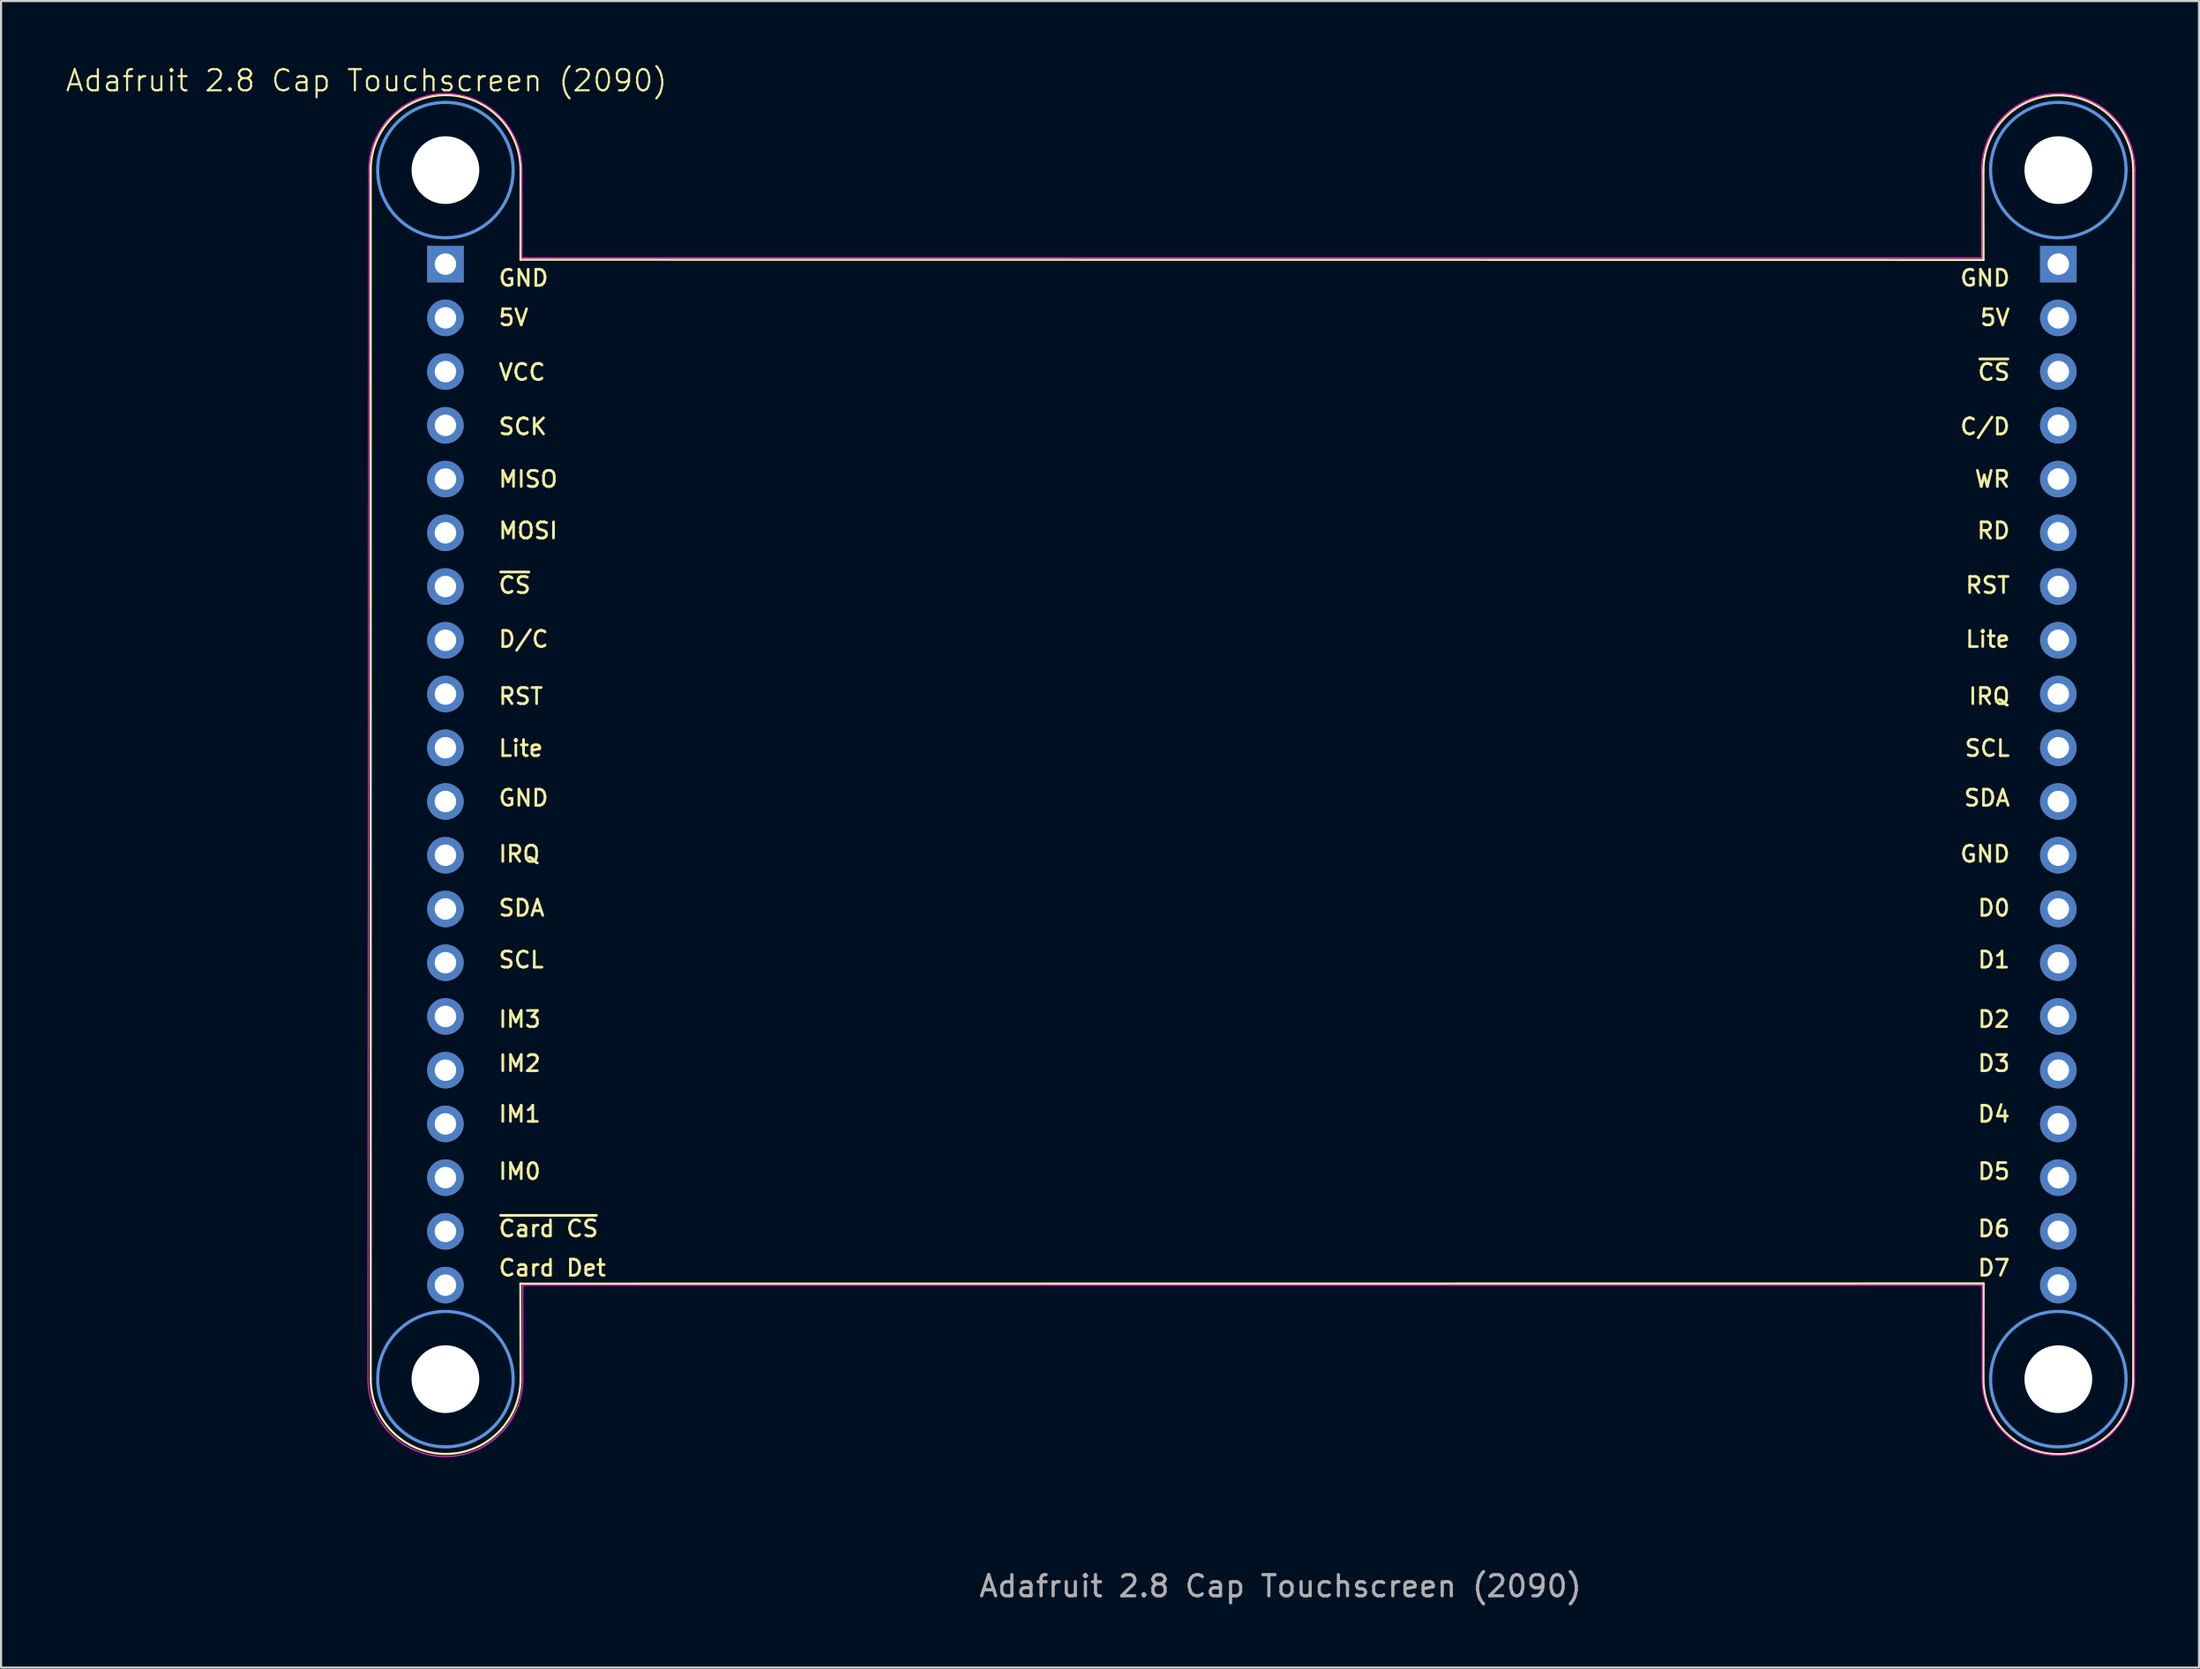
<source format=kicad_pcb>
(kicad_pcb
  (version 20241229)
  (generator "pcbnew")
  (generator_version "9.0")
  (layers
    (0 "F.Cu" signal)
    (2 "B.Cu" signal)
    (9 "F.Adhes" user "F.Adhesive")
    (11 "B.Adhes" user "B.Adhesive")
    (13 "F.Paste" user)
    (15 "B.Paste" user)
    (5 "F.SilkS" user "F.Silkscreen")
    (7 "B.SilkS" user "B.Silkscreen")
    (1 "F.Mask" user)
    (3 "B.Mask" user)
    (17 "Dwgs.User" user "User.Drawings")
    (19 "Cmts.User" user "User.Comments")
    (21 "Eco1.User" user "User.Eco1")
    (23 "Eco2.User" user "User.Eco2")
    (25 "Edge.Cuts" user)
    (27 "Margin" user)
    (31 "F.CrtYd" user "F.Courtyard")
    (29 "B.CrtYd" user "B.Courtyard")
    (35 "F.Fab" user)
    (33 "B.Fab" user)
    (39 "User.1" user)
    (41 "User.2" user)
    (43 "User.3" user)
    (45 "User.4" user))
  (footprint "Adafruit 2.8 Cap Touchscreen (2090)"
    (layer "F.Cu")
    (at 14.264 1.26)
    (property "Reference" "Adafruit 2.8 Cap Touchscreen (2090)" (at 0 -0.5 0) (unlocked yes) (layer "F.SilkS") (effects (font (size 1 1) (thickness 0.1))))
    (attr through_hole)
    (fp_line (start 0.2 3.725) (end 0.2 60.875) (stroke (width 0.1) (type default)) (layer "F.SilkS"))
    (fp_line (start 7.27 56.365) (end 76.4 56.355) (stroke (width 0.1) (type default)) (layer "F.SilkS"))
    (fp_line (start 7.275 7.965) (end 7.28 3.725) (stroke (width 0.1) (type default)) (layer "F.SilkS"))
    (fp_line (start 7.275 7.965) (end 76.395 7.975) (stroke (width 0.1) (type default)) (layer "F.SilkS"))
    (fp_line (start 7.28 60.875) (end 7.27 56.365) (stroke (width 0.1) (type default)) (layer "F.SilkS"))
    (fp_line (start 76.395 7.975) (end 76.39 3.735) (stroke (width 0.1) (type default)) (layer "F.SilkS"))
    (fp_line (start 76.4 56.355) (end 76.39 60.885) (stroke (width 0.1) (type default)) (layer "F.SilkS"))
    (fp_line (start 83.47 3.735) (end 83.47 60.885) (stroke (width 0.1) (type default)) (layer "F.SilkS"))
    (fp_arc (start 0.2 3.725) (mid 3.74 0.185) (end 7.28 3.725) (stroke (width 0.1) (type default)) (layer "F.SilkS"))
    (fp_arc (start 7.28 60.875) (mid 3.74 64.415) (end 0.2 60.875) (stroke (width 0.1) (type default)) (layer "F.SilkS"))
    (fp_arc (start 76.39 3.735) (mid 79.93 0.195) (end 83.47 3.735) (stroke (width 0.1) (type default)) (layer "F.SilkS"))
    (fp_arc (start 83.47 60.885) (mid 79.93 64.425) (end 76.39 60.885) (stroke (width 0.1) (type default)) (layer "F.SilkS"))
    (fp_circle (center 3.73 3.73) (end 6.93 3.73) (stroke (width 0.15) (type solid)) (fill no) (layer "Cmts.User"))
    (fp_circle (center 3.73 60.88) (end 6.93 60.88) (stroke (width 0.15) (type solid)) (fill no) (layer "Cmts.User"))
    (fp_circle (center 79.93 3.73) (end 83.13 3.73) (stroke (width 0.15) (type solid)) (fill no) (layer "Cmts.User"))
    (fp_circle (center 79.93 60.88) (end 83.13 60.88) (stroke (width 0.15) (type solid)) (fill no) (layer "Cmts.User"))
    (fp_line (start 0.115 3.685) (end 0.072 60.88) (stroke (width 0.05) (type default)) (layer "F.CrtYd"))
    (fp_line (start 7.345 3.73) (end 7.345 7.885) (stroke (width 0.05) (type default)) (layer "F.CrtYd"))
    (fp_line (start 7.385 60.74) (end 7.385 56.44) (stroke (width 0.05) (type default)) (layer "F.CrtYd"))
    (fp_line (start 76.31 7.885) (end 7.345 7.885) (stroke (width 0.05) (type default)) (layer "F.CrtYd"))
    (fp_line (start 76.31 3.74) (end 76.31 7.885) (stroke (width 0.05) (type default)) (layer "F.CrtYd"))
    (fp_line (start 76.335 60.88) (end 76.335 56.44) (stroke (width 0.05) (type default)) (layer "F.CrtYd"))
    (fp_line (start 76.335 56.44) (end 7.385 56.44) (stroke (width 0.05) (type default)) (layer "F.CrtYd"))
    (fp_line (start 83.55 3.73) (end 83.525 60.94) (stroke (width 0.05) (type default)) (layer "F.CrtYd"))
    (fp_arc (start 0.115 3.685) (mid 3.7525 0.11479) (end 7.34528 3.73) (stroke (width 0.05) (type default)) (layer "F.CrtYd"))
    (fp_arc (start 7.385 60.74) (mid 3.800013 64.53701) (end 0.07232 60.88) (stroke (width 0.05) (type default)) (layer "F.CrtYd"))
    (fp_arc (start 76.310001 3.74) (mid 79.925 0.109991) (end 83.550013 3.73) (stroke (width 0.05) (type default)) (layer "F.CrtYd"))
    (fp_arc (start 83.524999 60.94) (mid 79.899999 64.475374) (end 76.3345 60.88) (stroke (width 0.05) (type default)) (layer "F.CrtYd"))
    (fp_text user "~{Card CS}" (at 6.175 54.21 0) (unlocked yes) (layer "F.SilkS") (effects (font (size 0.762 0.762) (thickness 0.127) (bold yes)) (justify left bottom)))
    (fp_text user "IM2" (at 6.175 46.4 0) (unlocked yes) (layer "F.SilkS") (effects (font (size 0.762 0.762) (thickness 0.127) (bold yes)) (justify left bottom)))
    (fp_text user "5V" (at 76.167 11.145 0) (unlocked yes) (layer "F.SilkS") (effects (font (size 0.762 0.762) (thickness 0.127) (bold yes)) (justify left bottom)))
    (fp_text user "D/C" (at 6.175 26.35 0) (unlocked yes) (layer "F.SilkS") (effects (font (size 0.762 0.762) (thickness 0.127) (bold yes)) (justify left bottom)))
    (fp_text user "Card Det" (at 6.175 56.07 0) (unlocked yes) (layer "F.SilkS") (effects (font (size 0.762 0.762) (thickness 0.127) (bold yes)) (justify left bottom)))
    (fp_text user "IM3" (at 6.175 44.315 0) (unlocked yes) (layer "F.SilkS") (effects (font (size 0.762 0.762) (thickness 0.127) (bold yes)) (justify left bottom)))
    (fp_text user "C/D" (at 75.224 16.3 0) (unlocked yes) (layer "F.SilkS") (effects (font (size 0.762 0.762) (thickness 0.127) (bold yes)) (justify left bottom)))
    (fp_text user "MOSI" (at 6.175 21.22 0) (unlocked yes) (layer "F.SilkS") (effects (font (size 0.762 0.762) (thickness 0.127) (bold yes)) (justify left bottom)))
    (fp_text user "IRQ" (at 6.175 36.505 0) (unlocked yes) (layer "F.SilkS") (effects (font (size 0.762 0.762) (thickness 0.127) (bold yes)) (justify left bottom)))
    (fp_text user "GND" (at 75.224 36.505 0) (unlocked yes) (layer "F.SilkS") (effects (font (size 0.762 0.762) (thickness 0.127) (bold yes)) (justify left bottom)))
    (fp_text user "GND" (at 75.224 9.28 0) (unlocked yes) (layer "F.SilkS") (effects (font (size 0.762 0.762) (thickness 0.127) (bold yes)) (justify left bottom)))
    (fp_text user "5V" (at 6.175 11.145 0) (unlocked yes) (layer "F.SilkS") (effects (font (size 0.762 0.762) (thickness 0.127) (bold yes)) (justify left bottom)))
    (fp_text user "SDA" (at 6.175 39.055 0) (unlocked yes) (layer "F.SilkS") (effects (font (size 0.762 0.762) (thickness 0.127) (bold yes)) (justify left bottom)))
    (fp_text user "IRQ" (at 75.623 29.05 0) (unlocked yes) (layer "F.SilkS") (effects (font (size 0.762 0.762) (thickness 0.127) (bold yes)) (justify left bottom)))
    (fp_text user "IM1" (at 6.175 48.795 0) (unlocked yes) (layer "F.SilkS") (effects (font (size 0.762 0.762) (thickness 0.127) (bold yes)) (justify left bottom)))
    (fp_text user "Lite" (at 75.478 26.35 0) (unlocked yes) (layer "F.SilkS") (effects (font (size 0.762 0.762) (thickness 0.127) (bold yes)) (justify left bottom)))
    (fp_text user "D7" (at 76.058 56.07 0) (unlocked yes) (layer "F.SilkS") (effects (font (size 0.762 0.762) (thickness 0.127) (bold yes)) (justify left bottom)))
    (fp_text user "~{CS}" (at 6.175 23.8 0) (unlocked yes) (layer "F.SilkS") (effects (font (size 0.762 0.762) (thickness 0.127) (bold yes)) (justify left bottom)))
    (fp_text user "IM0" (at 6.175 51.505 0) (unlocked yes) (layer "F.SilkS") (effects (font (size 0.762 0.762) (thickness 0.127) (bold yes)) (justify left bottom)))
    (fp_text user "Lite" (at 6.175 31.505 0) (unlocked yes) (layer "F.SilkS") (effects (font (size 0.762 0.762) (thickness 0.127) (bold yes)) (justify left bottom)))
    (fp_text user "GND" (at 6.175 9.28 0) (unlocked yes) (layer "F.SilkS") (effects (font (size 0.762 0.762) (thickness 0.127) (bold yes)) (justify left bottom)))
    (fp_text user "D4" (at 76.058 48.795 0) (unlocked yes) (layer "F.SilkS") (effects (font (size 0.762 0.762) (thickness 0.127) (bold yes)) (justify left bottom)))
    (fp_text user "SCL" (at 6.175 41.505 0) (unlocked yes) (layer "F.SilkS") (effects (font (size 0.762 0.762) (thickness 0.127) (bold yes)) (justify left bottom)))
    (fp_text user "RST" (at 6.175 29.05 0) (unlocked yes) (layer "F.SilkS") (effects (font (size 0.762 0.762) (thickness 0.127) (bold yes)) (justify left bottom)))
    (fp_text user "~{CS}" (at 76.058 13.73 0) (unlocked yes) (layer "F.SilkS") (effects (font (size 0.762 0.762) (thickness 0.127) (bold yes)) (justify left bottom)))
    (fp_text user "D1" (at 76.058 41.505 0) (unlocked yes) (layer "F.SilkS") (effects (font (size 0.762 0.762) (thickness 0.127) (bold yes)) (justify left bottom)))
    (fp_text user "D5" (at 76.058 51.505 0) (unlocked yes) (layer "F.SilkS") (effects (font (size 0.762 0.762) (thickness 0.127) (bold yes)) (justify left bottom)))
    (fp_text user "GND" (at 6.175 33.855 0) (unlocked yes) (layer "F.SilkS") (effects (font (size 0.762 0.762) (thickness 0.127) (bold yes)) (justify left bottom)))
    (fp_text user "WR" (at 75.913 18.785 0) (unlocked yes) (layer "F.SilkS") (effects (font (size 0.762 0.762) (thickness 0.127) (bold yes)) (justify left bottom)))
    (fp_text user "D6" (at 76.058 54.21 0) (unlocked yes) (layer "F.SilkS") (effects (font (size 0.762 0.762) (thickness 0.127) (bold yes)) (justify left bottom)))
    (fp_text user "MISO" (at 6.175 18.785 0) (unlocked yes) (layer "F.SilkS") (effects (font (size 0.762 0.762) (thickness 0.127) (bold yes)) (justify left bottom)))
    (fp_text user "D3" (at 76.058 46.4 0) (unlocked yes) (layer "F.SilkS") (effects (font (size 0.762 0.762) (thickness 0.127) (bold yes)) (justify left bottom)))
    (fp_text user "D2" (at 76.058 44.315 0) (unlocked yes) (layer "F.SilkS") (effects (font (size 0.762 0.762) (thickness 0.127) (bold yes)) (justify left bottom)))
    (fp_text user "RST" (at 75.478 23.8 0) (unlocked yes) (layer "F.SilkS") (effects (font (size 0.762 0.762) (thickness 0.127) (bold yes)) (justify left bottom)))
    (fp_text user "D0" (at 76.058 39.055 0) (unlocked yes) (layer "F.SilkS") (effects (font (size 0.762 0.762) (thickness 0.127) (bold yes)) (justify left bottom)))
    (fp_text user "SCL" (at 75.441 31.505 0) (unlocked yes) (layer "F.SilkS") (effects (font (size 0.762 0.762) (thickness 0.127) (bold yes)) (justify left bottom)))
    (fp_text user "SDA" (at 75.405 33.855 0) (unlocked yes) (layer "F.SilkS") (effects (font (size 0.762 0.762) (thickness 0.127) (bold yes)) (justify left bottom)))
    (fp_text user "SCK" (at 6.175 16.3 0) (unlocked yes) (layer "F.SilkS") (effects (font (size 0.762 0.762) (thickness 0.127) (bold yes)) (justify left bottom)))
    (fp_text user "RD" (at 76.022 21.22 0) (unlocked yes) (layer "F.SilkS") (effects (font (size 0.762 0.762) (thickness 0.127) (bold yes)) (justify left bottom)))
    (fp_text user "VCC" (at 6.175 13.73 0) (unlocked yes) (layer "F.SilkS") (effects (font (size 0.762 0.762) (thickness 0.127) (bold yes)) (justify left bottom)))
    (fp_text user "${REFERENCE}" (at 43.18 70.665 0) (unlocked yes) (layer "F.Fab") (effects (font (size 1 1) (thickness 0.15))))
    (pad "" np_thru_hole circle (at 3.73 3.73) (size 3.2 3.2) (drill 3.2) (layers "*.Cu" "*.Mask"))
    (pad "" np_thru_hole circle (at 3.73 60.88) (size 3.2 3.2) (drill 3.2) (layers "*.Cu" "*.Mask"))
    (pad "" np_thru_hole circle (at 79.93 3.73) (size 3.2 3.2) (drill 3.2) (layers "*.Cu" "*.Mask"))
    (pad "" np_thru_hole circle (at 79.93 60.88) (size 3.2 3.2) (drill 3.2) (layers "*.Cu" "*.Mask"))
    (pad "1" thru_hole rect (at 3.73 8.175 90) (size 1.727 1.727) (drill 1.016) (layers "*.Cu" "*.Mask"))
    (pad "2" thru_hole oval (at 3.73 10.715 90) (size 1.727 1.727) (drill 1.016) (layers "*.Cu" "*.Mask"))
    (pad "3" thru_hole oval (at 3.73 13.255 90) (size 1.727 1.727) (drill 1.016) (layers "*.Cu" "*.Mask"))
    (pad "4" thru_hole oval (at 3.73 15.795 90) (size 1.727 1.727) (drill 1.016) (layers "*.Cu" "*.Mask"))
    (pad "5" thru_hole oval (at 3.73 18.335 90) (size 1.727 1.727) (drill 1.016) (layers "*.Cu" "*.Mask"))
    (pad "6" thru_hole oval (at 3.73 20.875 90) (size 1.727 1.727) (drill 1.016) (layers "*.Cu" "*.Mask"))
    (pad "7" thru_hole oval (at 3.73 23.415 90) (size 1.727 1.727) (drill 1.016) (layers "*.Cu" "*.Mask"))
    (pad "8" thru_hole oval (at 3.73 25.955 90) (size 1.727 1.727) (drill 1.016) (layers "*.Cu" "*.Mask"))
    (pad "9" thru_hole oval (at 3.73 28.495 90) (size 1.727 1.727) (drill 1.016) (layers "*.Cu" "*.Mask"))
    (pad "10" thru_hole oval (at 3.73 31.035 90) (size 1.727 1.727) (drill 1.016) (layers "*.Cu" "*.Mask"))
    (pad "11" thru_hole oval (at 3.73 33.575 90) (size 1.727 1.727) (drill 1.016) (layers "*.Cu" "*.Mask"))
    (pad "12" thru_hole oval (at 3.73 36.115 90) (size 1.727 1.727) (drill 1.016) (layers "*.Cu" "*.Mask"))
    (pad "13" thru_hole oval (at 3.73 38.655 90) (size 1.727 1.727) (drill 1.016) (layers "*.Cu" "*.Mask"))
    (pad "14" thru_hole oval (at 3.73 41.195 90) (size 1.727 1.727) (drill 1.016) (layers "*.Cu" "*.Mask"))
    (pad "15" thru_hole oval (at 3.73 43.735 90) (size 1.727 1.727) (drill 1.016) (layers "*.Cu" "*.Mask"))
    (pad "16" thru_hole oval (at 3.73 46.275 90) (size 1.727 1.727) (drill 1.016) (layers "*.Cu" "*.Mask"))
    (pad "17" thru_hole oval (at 3.73 48.815 90) (size 1.727 1.727) (drill 1.016) (layers "*.Cu" "*.Mask"))
    (pad "18" thru_hole oval (at 3.73 51.355 90) (size 1.727 1.727) (drill 1.016) (layers "*.Cu" "*.Mask"))
    (pad "19" thru_hole oval (at 3.73 53.895 90) (size 1.727 1.727) (drill 1.016) (layers "*.Cu" "*.Mask"))
    (pad "20" thru_hole oval (at 3.73 56.435 90) (size 1.727 1.727) (drill 1.016) (layers "*.Cu" "*.Mask"))
    (pad "21" thru_hole oval (at 79.93 56.435 90) (size 1.727 1.727) (drill 1.016) (layers "*.Cu" "*.Mask"))
    (pad "22" thru_hole oval (at 79.93 53.895 90) (size 1.727 1.727) (drill 1.016) (layers "*.Cu" "*.Mask"))
    (pad "23" thru_hole oval (at 79.93 51.355 90) (size 1.727 1.727) (drill 1.016) (layers "*.Cu" "*.Mask"))
    (pad "24" thru_hole oval (at 79.93 48.815 90) (size 1.727 1.727) (drill 1.016) (layers "*.Cu" "*.Mask"))
    (pad "25" thru_hole oval (at 79.93 46.275 90) (size 1.727 1.727) (drill 1.016) (layers "*.Cu" "*.Mask"))
    (pad "26" thru_hole oval (at 79.93 43.735 90) (size 1.727 1.727) (drill 1.016) (layers "*.Cu" "*.Mask"))
    (pad "27" thru_hole oval (at 79.93 41.195 90) (size 1.727 1.727) (drill 1.016) (layers "*.Cu" "*.Mask"))
    (pad "28" thru_hole oval (at 79.93 38.655 90) (size 1.727 1.727) (drill 1.016) (layers "*.Cu" "*.Mask"))
    (pad "29" thru_hole oval (at 79.93 36.115 90) (size 1.727 1.727) (drill 1.016) (layers "*.Cu" "*.Mask"))
    (pad "30" thru_hole oval (at 79.93 33.575 90) (size 1.727 1.727) (drill 1.016) (layers "*.Cu" "*.Mask"))
    (pad "31" thru_hole oval (at 79.93 31.035 90) (size 1.727 1.727) (drill 1.016) (layers "*.Cu" "*.Mask"))
    (pad "32" thru_hole oval (at 79.93 28.495 90) (size 1.727 1.727) (drill 1.016) (layers "*.Cu" "*.Mask"))
    (pad "33" thru_hole oval (at 79.93 25.955 90) (size 1.727 1.727) (drill 1.016) (layers "*.Cu" "*.Mask"))
    (pad "34" thru_hole oval (at 79.93 23.415 90) (size 1.727 1.727) (drill 1.016) (layers "*.Cu" "*.Mask"))
    (pad "35" thru_hole oval (at 79.93 20.875 90) (size 1.727 1.727) (drill 1.016) (layers "*.Cu" "*.Mask"))
    (pad "36" thru_hole oval (at 79.93 18.335 90) (size 1.727 1.727) (drill 1.016) (layers "*.Cu" "*.Mask"))
    (pad "37" thru_hole oval (at 79.93 15.795 90) (size 1.727 1.727) (drill 1.016) (layers "*.Cu" "*.Mask"))
    (pad "38" thru_hole oval (at 79.93 13.255 90) (size 1.727 1.727) (drill 1.016) (layers "*.Cu" "*.Mask"))
    (pad "39" thru_hole oval (at 79.93 10.715 90) (size 1.727 1.727) (drill 1.016) (layers "*.Cu" "*.Mask"))
    (pad "40" thru_hole rect (at 79.93 8.175 90) (size 1.727 1.727) (drill 1.016) (layers "*.Cu" "*.Mask")))
  (gr_rect
    (start -3 -3)
    (end 100.839 75.774)
    (stroke (width 0.1) (type default))
    (fill no)
    (layer "Edge.Cuts")))
</source>
